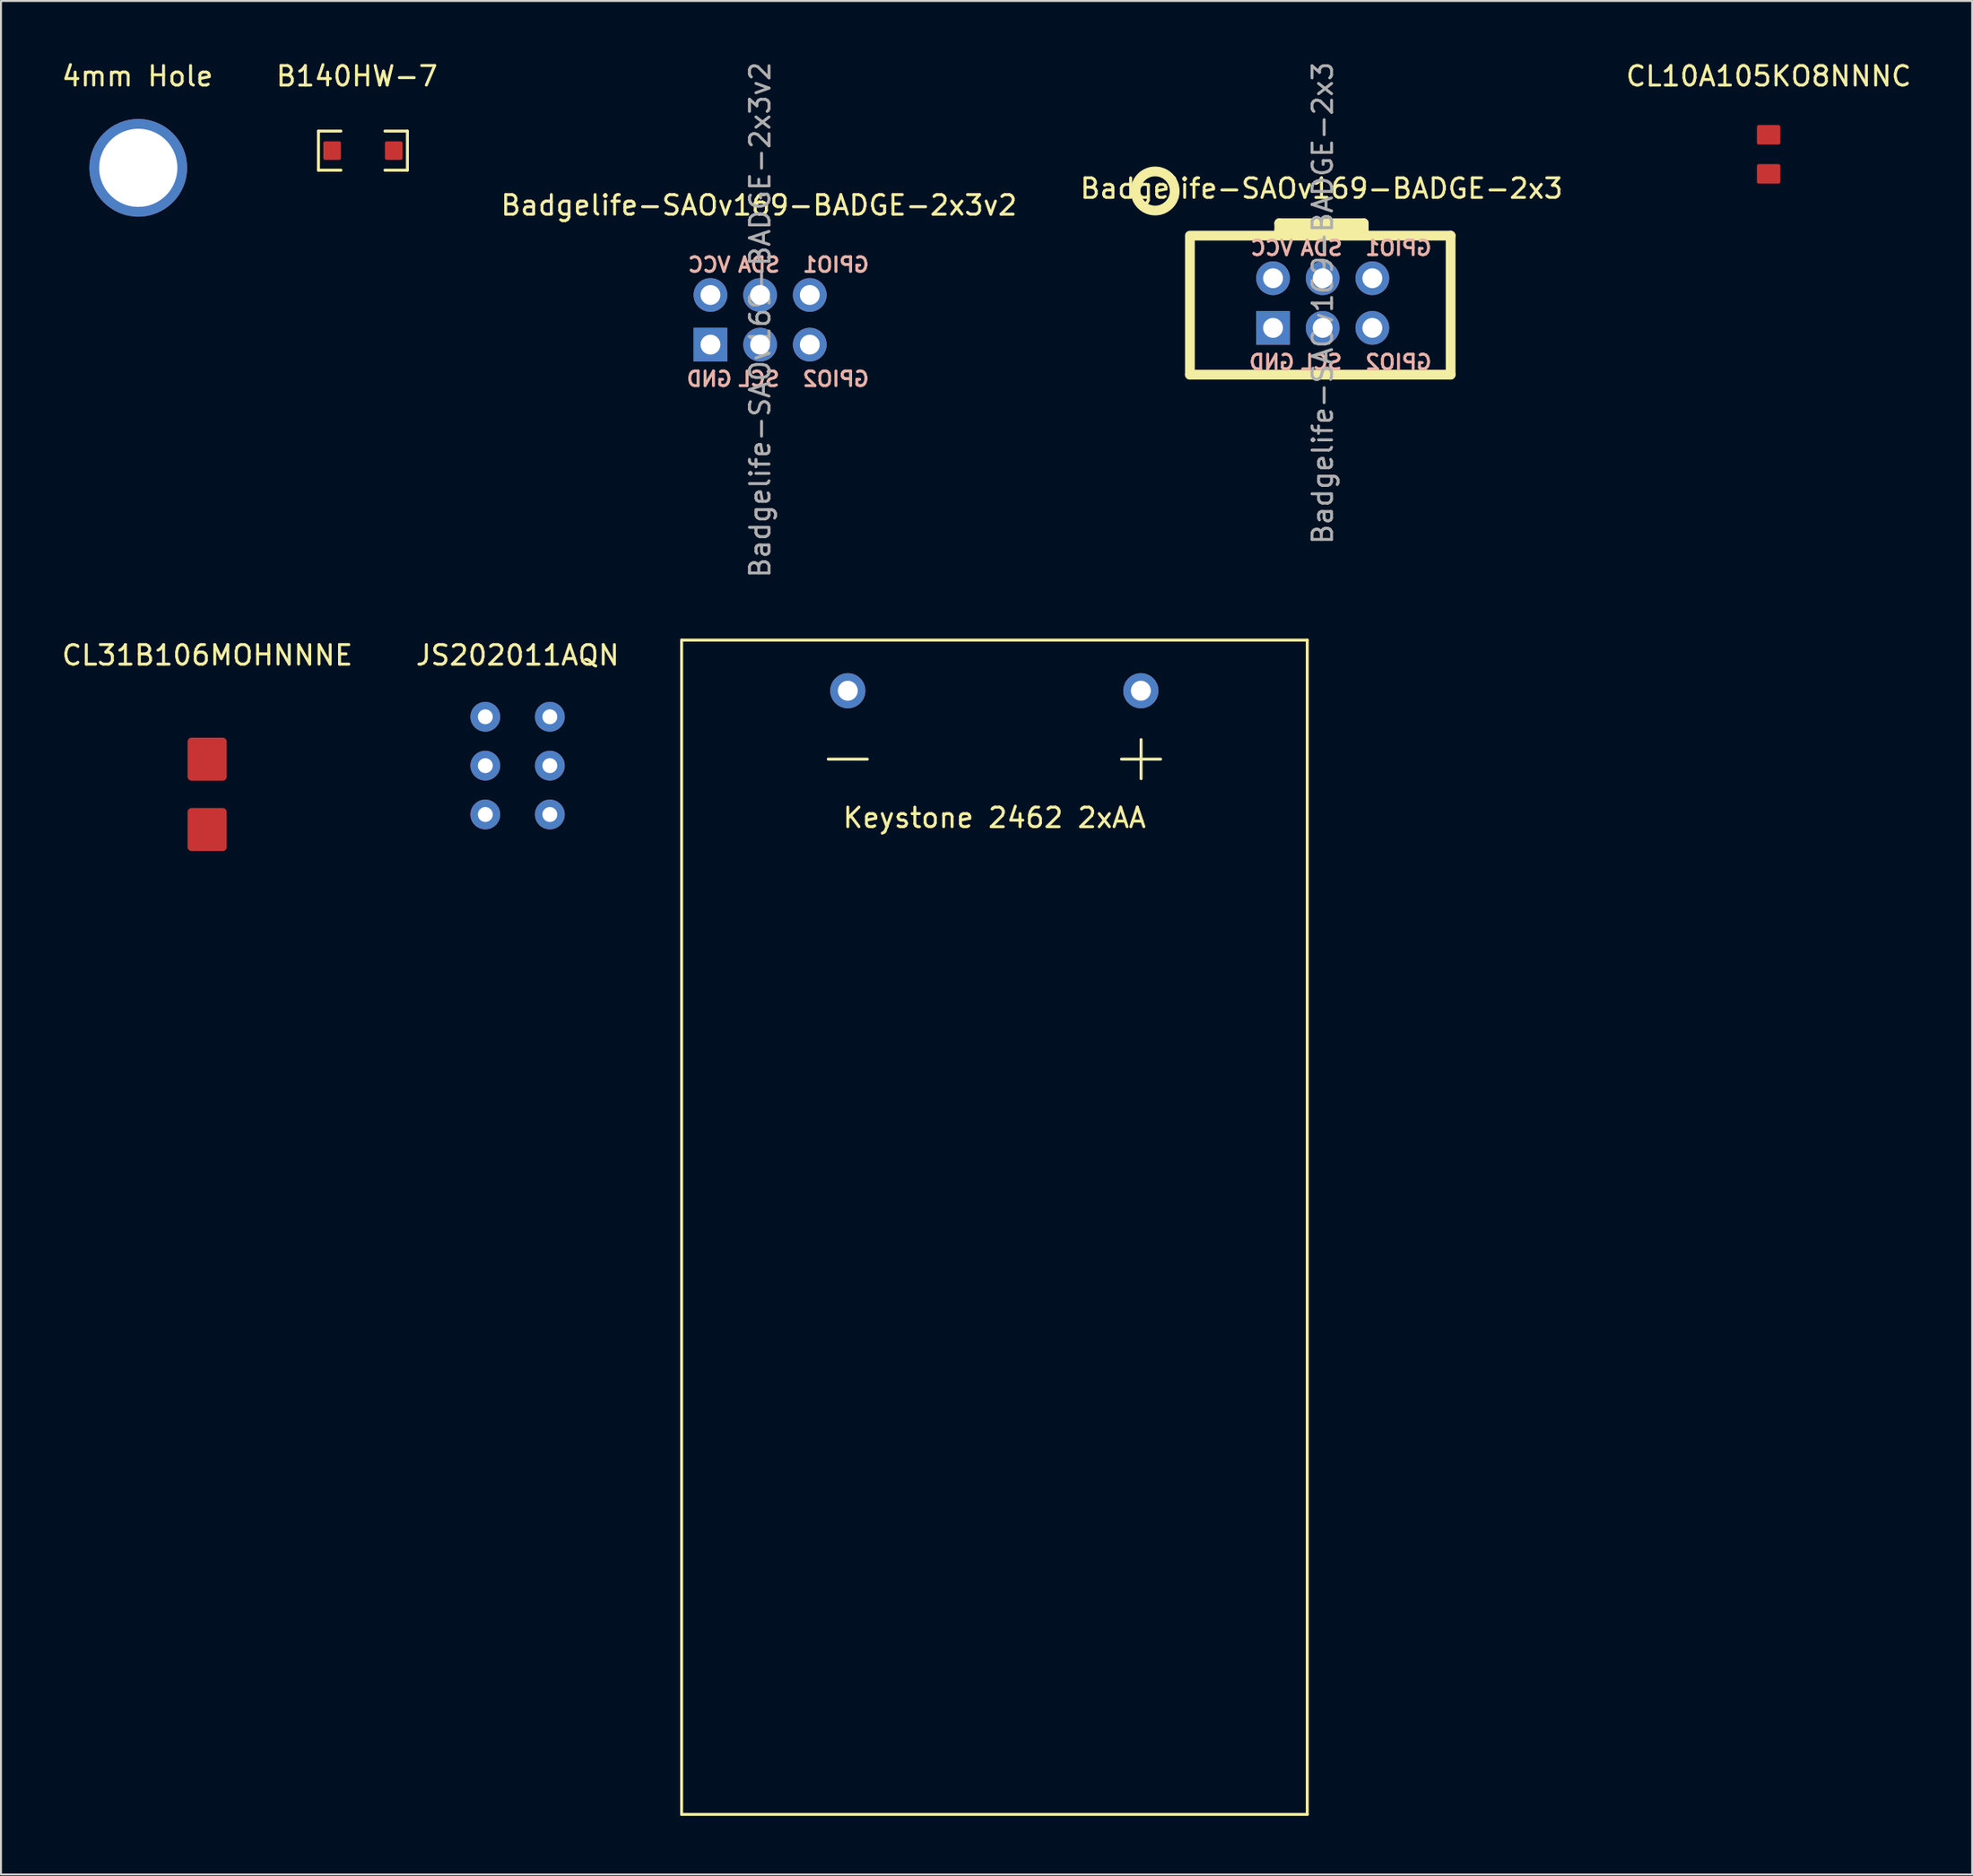
<source format=kicad_pcb>
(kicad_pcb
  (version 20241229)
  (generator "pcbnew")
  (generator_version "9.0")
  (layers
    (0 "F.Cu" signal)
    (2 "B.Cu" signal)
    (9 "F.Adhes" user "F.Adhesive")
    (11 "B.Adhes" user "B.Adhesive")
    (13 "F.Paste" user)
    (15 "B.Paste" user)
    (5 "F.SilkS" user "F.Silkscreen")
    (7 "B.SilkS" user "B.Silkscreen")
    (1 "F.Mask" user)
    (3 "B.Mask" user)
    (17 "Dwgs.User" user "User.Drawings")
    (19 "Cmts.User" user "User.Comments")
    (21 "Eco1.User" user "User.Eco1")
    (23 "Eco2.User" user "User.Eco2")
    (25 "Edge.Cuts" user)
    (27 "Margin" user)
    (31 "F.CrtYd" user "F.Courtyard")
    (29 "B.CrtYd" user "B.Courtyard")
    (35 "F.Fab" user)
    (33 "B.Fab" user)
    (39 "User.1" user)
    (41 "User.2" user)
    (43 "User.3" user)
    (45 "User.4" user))
  (footprint "CL10A105KO8NNNC"
    (layer "F.Cu")
    (at 87.411 3.848)
    (property "Reference" "CL10A105KO8NNNC" (at 0 -3 0) (layer "F.SilkS") (effects (font (size 1 1) (thickness 0.15))))
    (attr through_hole)
    (pad "1" smd roundrect (at 0 0) (size 1.2 1) (layers "F.Cu" "F.Mask" "F.Paste") (roundrect_rratio 0.1))
    (pad "2" smd roundrect (at 0 2) (size 1.2 1) (layers "F.Cu" "F.Mask" "F.Paste") (roundrect_rratio 0.1)))
  (footprint "JS202011AQN"
    (layer "F.Cu")
    (at 21.773 33.629)
    (property "Reference" "JS202011AQN" (at 1.65 -3.15 0) (layer "F.SilkS") (effects (font (size 1 1) (thickness 0.15))))
    (attr through_hole)
    (pad "1" thru_hole circle (at 0 0) (size 1.524 1.524) (drill 0.762) (layers "*.Cu" "*.Mask"))
    (pad "2" thru_hole circle (at 0 2.5) (size 1.524 1.524) (drill 0.762) (layers "*.Cu" "*.Mask"))
    (pad "3" thru_hole circle (at 0 5) (size 1.524 1.524) (drill 0.762) (layers "*.Cu" "*.Mask"))
    (pad "4" thru_hole circle (at 3.3 0) (size 1.524 1.524) (drill 0.762) (layers "*.Cu" "*.Mask"))
    (pad "5" thru_hole circle (at 3.3 2.5) (size 1.524 1.524) (drill 0.762) (layers "*.Cu" "*.Mask"))
    (pad "6" thru_hole circle (at 3.3 5) (size 1.524 1.524) (drill 0.762) (layers "*.Cu" "*.Mask")))
  (footprint "CL31B106MOHNNNE"
    (layer "F.Cu")
    (at 7.544 35.799)
    (property "Reference" "CL31B106MOHNNNE" (at 0.01 -5.32 0) (layer "F.SilkS") (effects (font (size 1 1) (thickness 0.15))))
    (attr through_hole)
    (pad "1" smd roundrect (at 0 0) (size 2 2.2) (layers "F.Cu" "F.Mask" "F.Paste") (roundrect_rratio 0.1))
    (pad "2" smd roundrect (at 0 3.6) (size 2 2.2) (layers "F.Cu" "F.Mask" "F.Paste") (roundrect_rratio 0.1)))
  (footprint "4mm Hole"
    (layer "F.Cu")
    (at 4.002 3.398)
    (property "Reference" "4mm Hole" (at -0.02 -2.55 0) (layer "F.SilkS") (effects (font (size 1 1) (thickness 0.15))))
    (attr through_hole)
    (pad "1" thru_hole circle (at 0.02 2.14) (size 5 5) (drill 4) (layers "*.Cu" "*.Mask")))
  (footprint "Badgelife-SAOv169-BADGE-2x3v2"
    (layer "F.Cu")
    (at 35.768 13.295)
    (property "Reference" "Badgelife-SAOv169-BADGE-2x3v2" (at 0 -5.842 0) (layer "F.SilkS") (effects (font (size 1 1) (thickness 0.15))))
    (attr through_hole)
    (fp_text user "VCC" (at -2.54 -2.794 0) (layer "B.SilkS") (effects (font (size 0.75 0.75) (thickness 0.15)) (justify mirror)))
    (fp_text user "GPIO2" (at 3.937 3.048 0) (layer "B.SilkS") (effects (font (size 0.75 0.75) (thickness 0.15)) (justify mirror)))
    (fp_text user "GPIO1" (at 3.937 -2.794 0) (layer "B.SilkS") (effects (font (size 0.75 0.75) (thickness 0.15)) (justify mirror)))
    (fp_text user "GND" (at -2.54 3.048 0) (layer "B.SilkS") (effects (font (size 0.75 0.75) (thickness 0.15)) (justify mirror)))
    (fp_text user "SDA" (at 0 -2.794 0) (layer "B.SilkS") (effects (font (size 0.75 0.75) (thickness 0.15)) (justify mirror)))
    (fp_text user "SCL" (at 0 3.048 0) (layer "B.SilkS") (effects (font (size 0.75 0.75) (thickness 0.15)) (justify mirror)))
    (fp_text user "${REFERENCE}" (at 0.06 0.02 270) (layer "F.Fab") (effects (font (size 1 1) (thickness 0.15))))
    (pad "1" thru_hole oval (at -2.48 -1.25 270) (size 1.727 1.727) (drill 1.016) (layers "*.Cu" "*.Mask"))
    (pad "2" thru_hole rect (at -2.48 1.29 270) (size 1.727 1.727) (drill 1.016) (layers "*.Cu" "*.Mask"))
    (pad "3" thru_hole oval (at 0.06 -1.25 270) (size 1.727 1.727) (drill 1.016) (layers "*.Cu" "*.Mask"))
    (pad "4" thru_hole oval (at 0.06 1.29 270) (size 1.727 1.727) (drill 1.016) (layers "*.Cu" "*.Mask"))
    (pad "5" thru_hole circle (at 2.6 -1.25 270) (size 1.727 1.727) (drill 1.016) (layers "*.Cu" "*.Mask"))
    (pad "6" thru_hole circle (at 2.6 1.29 270) (size 1.727 1.727) (drill 1.016) (layers "*.Cu" "*.Mask")))
  (footprint "B140HW-7"
    (layer "F.Cu")
    (at 13.938 4.658)
    (property "Reference" "B140HW-7" (at 1.27 -3.81 0) (layer "F.SilkS") (effects (font (size 1 1) (thickness 0.15))))
    (attr smd)
    (fp_line (start -0.7 -1) (end -0.7 1) (stroke (width 0.15) (type solid)) (layer "F.SilkS"))
    (fp_line (start -0.7 1) (end 0.45 1) (stroke (width 0.15) (type solid)) (layer "F.SilkS"))
    (fp_line (start 0.45 -1) (end -0.7 -1) (stroke (width 0.15) (type solid)) (layer "F.SilkS"))
    (fp_line (start 2.7 1) (end 3.85 1) (stroke (width 0.15) (type solid)) (layer "F.SilkS"))
    (fp_line (start 3.85 -1) (end 2.7 -1) (stroke (width 0.15) (type solid)) (layer "F.SilkS"))
    (fp_line (start 3.85 1) (end 3.85 -1) (stroke (width 0.15) (type solid)) (layer "F.SilkS"))
    (pad "1" smd roundrect (at 0 0) (size 0.9 0.95) (layers "F.Cu" "F.Mask" "F.Paste") (roundrect_rratio 0.1))
    (pad "2" smd roundrect (at 3.15 0) (size 0.9 0.95) (layers "F.Cu" "F.Mask" "F.Paste") (roundrect_rratio 0.1)))
  (footprint "Badgelife-SAOv169-BADGE-2x3"
    (layer "F.Cu")
    (at 64.542 12.438)
    (property "Reference" "Badgelife-SAOv169-BADGE-2x3" (at 0 -5.842 0) (layer "F.SilkS") (effects (font (size 1 1) (thickness 0.15))))
    (attr through_hole)
    (fp_line (start -6.731 3.683) (end -6.731 -3.429) (stroke (width 0.5) (type solid)) (layer "F.SilkS"))
    (fp_line (start -6.604 -3.429) (end 6.604 -3.429) (stroke (width 0.5) (type solid)) (layer "F.SilkS"))
    (fp_line (start -2.159 -4.064) (end 2.159 -4.064) (stroke (width 0.5) (type solid)) (layer "F.SilkS"))
    (fp_line (start -2.159 -3.556) (end -2.159 -4.064) (stroke (width 0.5) (type solid)) (layer "F.SilkS"))
    (fp_line (start 2.159 -4.064) (end 2.159 -3.556) (stroke (width 0.5) (type solid)) (layer "F.SilkS"))
    (fp_line (start 2.159 -3.683) (end -2.159 -3.683) (stroke (width 0.5) (type solid)) (layer "F.SilkS"))
    (fp_line (start 6.604 -3.429) (end 6.604 3.683) (stroke (width 0.5) (type solid)) (layer "F.SilkS"))
    (fp_line (start 6.604 3.683) (end -6.731 3.683) (stroke (width 0.5) (type solid)) (layer "F.SilkS"))
    (fp_circle (center -8.509 -5.715) (end -7.509 -5.715) (stroke (width 0.5) (type solid)) (fill no) (layer "F.SilkS"))
    (fp_text user "GPIO1" (at 3.937 -2.794 0) (layer "B.SilkS") (effects (font (size 0.75 0.75) (thickness 0.15)) (justify mirror)))
    (fp_text user "GPIO2" (at 3.937 3.048 0) (layer "B.SilkS") (effects (font (size 0.75 0.75) (thickness 0.15)) (justify mirror)))
    (fp_text user "GND" (at -2.54 3.048 0) (layer "B.SilkS") (effects (font (size 0.75 0.75) (thickness 0.15)) (justify mirror)))
    (fp_text user "SCL" (at 0 3.048 0) (layer "B.SilkS") (effects (font (size 0.75 0.75) (thickness 0.15)) (justify mirror)))
    (fp_text user "SDA" (at 0 -2.794 0) (layer "B.SilkS") (effects (font (size 0.75 0.75) (thickness 0.15)) (justify mirror)))
    (fp_text user "VCC" (at -2.54 -2.794 0) (layer "B.SilkS") (effects (font (size 0.75 0.75) (thickness 0.15)) (justify mirror)))
    (fp_text user "${REFERENCE}" (at 0.06 0.02 270) (layer "F.Fab") (effects (font (size 1 1) (thickness 0.15))))
    (pad "1" thru_hole oval (at -2.48 -1.25 270) (size 1.727 1.727) (drill 1.016) (layers "*.Cu" "*.Mask"))
    (pad "2" thru_hole rect (at -2.48 1.29 270) (size 1.727 1.727) (drill 1.016) (layers "*.Cu" "*.Mask"))
    (pad "3" thru_hole oval (at 0.06 -1.25 270) (size 1.727 1.727) (drill 1.016) (layers "*.Cu" "*.Mask"))
    (pad "4" thru_hole oval (at 0.06 1.29 270) (size 1.727 1.727) (drill 1.016) (layers "*.Cu" "*.Mask"))
    (pad "5" thru_hole circle (at 2.6 -1.25 270) (size 1.727 1.727) (drill 1.016) (layers "*.Cu" "*.Mask"))
    (pad "6" thru_hole circle (at 2.6 1.29 270) (size 1.727 1.727) (drill 1.016) (layers "*.Cu" "*.Mask")))
  (footprint "Keystone 2462 2xAA"
    (layer "F.Cu")
    (at 40.313 32.296)
    (property "Reference" "Keystone 2462 2xAA" (at 7.5 6.5 0) (layer "F.SilkS") (effects (font (size 1 1) (thickness 0.15))))
    (attr through_hole)
    (fp_line (start -8.5 -2.59) (end -8.5 57.5) (stroke (width 0.15) (type solid)) (layer "F.SilkS"))
    (fp_line (start -8.5 -2.59) (end 23.5 -2.59) (stroke (width 0.15) (type solid)) (layer "F.SilkS"))
    (fp_line (start -1 3.5) (end 1 3.5) (stroke (width 0.15) (type solid)) (layer "F.SilkS"))
    (fp_line (start 14 3.5) (end 16 3.5) (stroke (width 0.15) (type solid)) (layer "F.SilkS"))
    (fp_line (start 15 2.5) (end 15 4.5) (stroke (width 0.15) (type solid)) (layer "F.SilkS"))
    (fp_line (start 23.5 -2.59) (end 23.5 57.5) (stroke (width 0.15) (type solid)) (layer "F.SilkS"))
    (fp_line (start 23.5 57.5) (end -8.5 57.5) (stroke (width 0.15) (type solid)) (layer "F.SilkS"))
    (pad "1" thru_hole circle (at 0 0) (size 1.8 1.8) (drill 1.02) (layers "*.Cu" "*.Mask"))
    (pad "2" thru_hole circle (at 14.99 0) (size 1.8 1.8) (drill 1.02) (layers "*.Cu" "*.Mask")))
  (gr_rect
    (start -3 -3)
    (end 97.821 92.871)
    (stroke (width 0.1) (type default))
    (fill no)
    (layer "Edge.Cuts")))
</source>
